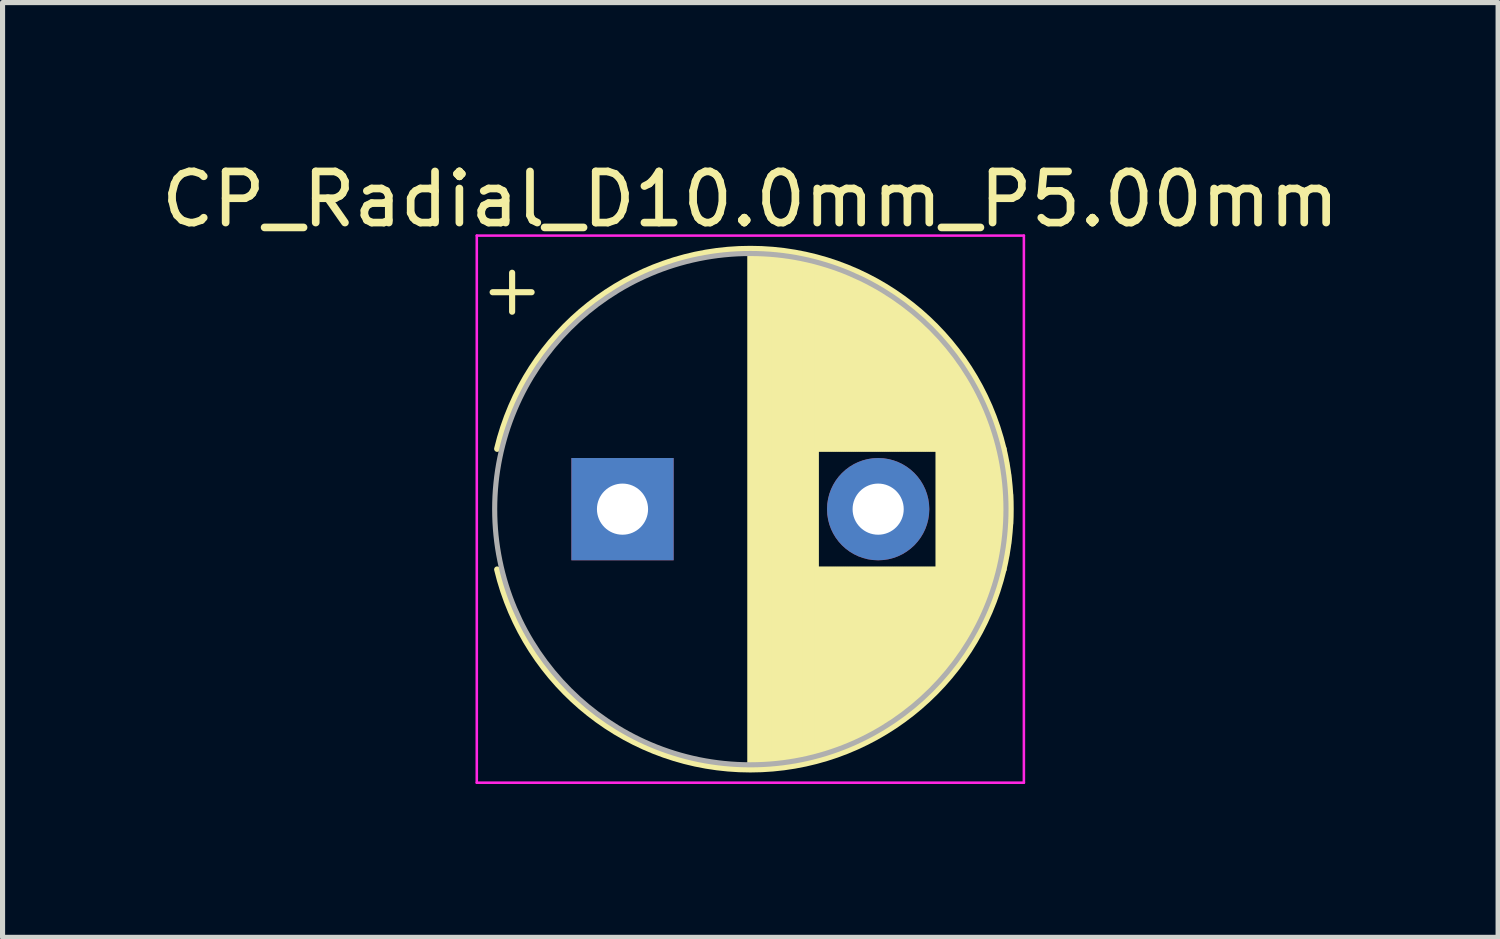
<source format=kicad_pcb>
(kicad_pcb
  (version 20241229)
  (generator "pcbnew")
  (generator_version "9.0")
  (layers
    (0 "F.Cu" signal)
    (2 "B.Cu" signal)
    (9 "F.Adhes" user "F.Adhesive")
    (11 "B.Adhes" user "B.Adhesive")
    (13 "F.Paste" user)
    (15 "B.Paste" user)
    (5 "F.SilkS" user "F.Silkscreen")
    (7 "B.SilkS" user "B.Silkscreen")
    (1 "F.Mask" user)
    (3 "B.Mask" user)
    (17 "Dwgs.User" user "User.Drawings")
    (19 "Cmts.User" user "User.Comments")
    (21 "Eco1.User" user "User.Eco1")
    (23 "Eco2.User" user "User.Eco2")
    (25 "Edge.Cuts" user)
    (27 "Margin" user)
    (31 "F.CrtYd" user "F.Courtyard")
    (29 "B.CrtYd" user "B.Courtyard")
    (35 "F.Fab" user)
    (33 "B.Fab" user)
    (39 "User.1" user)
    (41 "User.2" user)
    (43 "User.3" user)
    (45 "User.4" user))
  (footprint "CP_Radial_D10.0mm_P5.00mm"
    (layer "F.Cu")
    (at 9.125 6.908)
    (property "Reference" "CP_Radial_D10.0mm_P5.00mm" (at 2.5 -6.06 0) (layer "F.SilkS") (effects (font (size 1 1) (thickness 0.15))))
    (attr through_hole)
    (fp_line (start 2.5 -5.05) (end 2.5 5.05) (stroke (width 0.12) (type solid)) (layer "F.SilkS"))
    (fp_line (start 2.54 -5.05) (end 2.54 5.05) (stroke (width 0.12) (type solid)) (layer "F.SilkS"))
    (fp_line (start 2.58 -5.05) (end 2.58 5.05) (stroke (width 0.12) (type solid)) (layer "F.SilkS"))
    (fp_line (start 2.62 -5.049) (end 2.62 5.049) (stroke (width 0.12) (type solid)) (layer "F.SilkS"))
    (fp_line (start 2.66 -5.048) (end 2.66 5.048) (stroke (width 0.12) (type solid)) (layer "F.SilkS"))
    (fp_line (start 2.7 -5.047) (end 2.7 5.047) (stroke (width 0.12) (type solid)) (layer "F.SilkS"))
    (fp_line (start 2.74 -5.045) (end 2.74 5.045) (stroke (width 0.12) (type solid)) (layer "F.SilkS"))
    (fp_line (start 2.78 -5.043) (end 2.78 5.043) (stroke (width 0.12) (type solid)) (layer "F.SilkS"))
    (fp_line (start 2.82 -5.04) (end 2.82 5.04) (stroke (width 0.12) (type solid)) (layer "F.SilkS"))
    (fp_line (start 2.86 -5.038) (end 2.86 5.038) (stroke (width 0.12) (type solid)) (layer "F.SilkS"))
    (fp_line (start 2.9 -5.035) (end 2.9 5.035) (stroke (width 0.12) (type solid)) (layer "F.SilkS"))
    (fp_line (start 2.94 -5.031) (end 2.94 5.031) (stroke (width 0.12) (type solid)) (layer "F.SilkS"))
    (fp_line (start 2.98 -5.028) (end 2.98 5.028) (stroke (width 0.12) (type solid)) (layer "F.SilkS"))
    (fp_line (start 3.02 -5.024) (end 3.02 5.024) (stroke (width 0.12) (type solid)) (layer "F.SilkS"))
    (fp_line (start 3.06 -5.02) (end 3.06 5.02) (stroke (width 0.12) (type solid)) (layer "F.SilkS"))
    (fp_line (start 3.1 -5.015) (end 3.1 5.015) (stroke (width 0.12) (type solid)) (layer "F.SilkS"))
    (fp_line (start 3.14 -5.01) (end 3.14 5.01) (stroke (width 0.12) (type solid)) (layer "F.SilkS"))
    (fp_line (start 3.18 -5.005) (end 3.18 5.005) (stroke (width 0.12) (type solid)) (layer "F.SilkS"))
    (fp_line (start 3.221 -4.999) (end 3.221 4.999) (stroke (width 0.12) (type solid)) (layer "F.SilkS"))
    (fp_line (start 3.261 -4.993) (end 3.261 4.993) (stroke (width 0.12) (type solid)) (layer "F.SilkS"))
    (fp_line (start 3.301 -4.987) (end 3.301 4.987) (stroke (width 0.12) (type solid)) (layer "F.SilkS"))
    (fp_line (start 3.341 -4.981) (end 3.341 4.981) (stroke (width 0.12) (type solid)) (layer "F.SilkS"))
    (fp_line (start 3.381 -4.974) (end 3.381 4.974) (stroke (width 0.12) (type solid)) (layer "F.SilkS"))
    (fp_line (start 3.421 -4.967) (end 3.421 4.967) (stroke (width 0.12) (type solid)) (layer "F.SilkS"))
    (fp_line (start 3.461 -4.959) (end 3.461 4.959) (stroke (width 0.12) (type solid)) (layer "F.SilkS"))
    (fp_line (start 3.501 -4.951) (end 3.501 4.951) (stroke (width 0.12) (type solid)) (layer "F.SilkS"))
    (fp_line (start 3.541 -4.943) (end 3.541 4.943) (stroke (width 0.12) (type solid)) (layer "F.SilkS"))
    (fp_line (start 3.581 -4.935) (end 3.581 4.935) (stroke (width 0.12) (type solid)) (layer "F.SilkS"))
    (fp_line (start 3.621 -4.926) (end 3.621 4.926) (stroke (width 0.12) (type solid)) (layer "F.SilkS"))
    (fp_line (start 3.661 -4.917) (end 3.661 4.917) (stroke (width 0.12) (type solid)) (layer "F.SilkS"))
    (fp_line (start 3.701 -4.907) (end 3.701 4.907) (stroke (width 0.12) (type solid)) (layer "F.SilkS"))
    (fp_line (start 3.741 -4.897) (end 3.741 4.897) (stroke (width 0.12) (type solid)) (layer "F.SilkS"))
    (fp_line (start 3.781 -4.887) (end 3.781 4.887) (stroke (width 0.12) (type solid)) (layer "F.SilkS"))
    (fp_line (start 3.821 -4.876) (end 3.821 -1.181) (stroke (width 0.12) (type solid)) (layer "F.SilkS"))
    (fp_line (start 3.821 1.181) (end 3.821 4.876) (stroke (width 0.12) (type solid)) (layer "F.SilkS"))
    (fp_line (start 3.861 -4.865) (end 3.861 -1.181) (stroke (width 0.12) (type solid)) (layer "F.SilkS"))
    (fp_line (start 3.861 1.181) (end 3.861 4.865) (stroke (width 0.12) (type solid)) (layer "F.SilkS"))
    (fp_line (start 3.901 -4.854) (end 3.901 -1.181) (stroke (width 0.12) (type solid)) (layer "F.SilkS"))
    (fp_line (start 3.901 1.181) (end 3.901 4.854) (stroke (width 0.12) (type solid)) (layer "F.SilkS"))
    (fp_line (start 3.941 -4.843) (end 3.941 -1.181) (stroke (width 0.12) (type solid)) (layer "F.SilkS"))
    (fp_line (start 3.941 1.181) (end 3.941 4.843) (stroke (width 0.12) (type solid)) (layer "F.SilkS"))
    (fp_line (start 3.981 -4.831) (end 3.981 -1.181) (stroke (width 0.12) (type solid)) (layer "F.SilkS"))
    (fp_line (start 3.981 1.181) (end 3.981 4.831) (stroke (width 0.12) (type solid)) (layer "F.SilkS"))
    (fp_line (start 4.021 -4.818) (end 4.021 -1.181) (stroke (width 0.12) (type solid)) (layer "F.SilkS"))
    (fp_line (start 4.021 1.181) (end 4.021 4.818) (stroke (width 0.12) (type solid)) (layer "F.SilkS"))
    (fp_line (start 4.061 -4.806) (end 4.061 -1.181) (stroke (width 0.12) (type solid)) (layer "F.SilkS"))
    (fp_line (start 4.061 1.181) (end 4.061 4.806) (stroke (width 0.12) (type solid)) (layer "F.SilkS"))
    (fp_line (start 4.101 -4.792) (end 4.101 -1.181) (stroke (width 0.12) (type solid)) (layer "F.SilkS"))
    (fp_line (start 4.101 1.181) (end 4.101 4.792) (stroke (width 0.12) (type solid)) (layer "F.SilkS"))
    (fp_line (start 4.141 -4.779) (end 4.141 -1.181) (stroke (width 0.12) (type solid)) (layer "F.SilkS"))
    (fp_line (start 4.141 1.181) (end 4.141 4.779) (stroke (width 0.12) (type solid)) (layer "F.SilkS"))
    (fp_line (start 4.181 -4.765) (end 4.181 -1.181) (stroke (width 0.12) (type solid)) (layer "F.SilkS"))
    (fp_line (start 4.181 1.181) (end 4.181 4.765) (stroke (width 0.12) (type solid)) (layer "F.SilkS"))
    (fp_line (start 4.221 -4.751) (end 4.221 -1.181) (stroke (width 0.12) (type solid)) (layer "F.SilkS"))
    (fp_line (start 4.221 1.181) (end 4.221 4.751) (stroke (width 0.12) (type solid)) (layer "F.SilkS"))
    (fp_line (start 4.261 -4.737) (end 4.261 -1.181) (stroke (width 0.12) (type solid)) (layer "F.SilkS"))
    (fp_line (start 4.261 1.181) (end 4.261 4.737) (stroke (width 0.12) (type solid)) (layer "F.SilkS"))
    (fp_line (start 4.301 -4.722) (end 4.301 -1.181) (stroke (width 0.12) (type solid)) (layer "F.SilkS"))
    (fp_line (start 4.301 1.181) (end 4.301 4.722) (stroke (width 0.12) (type solid)) (layer "F.SilkS"))
    (fp_line (start 4.341 -4.706) (end 4.341 -1.181) (stroke (width 0.12) (type solid)) (layer "F.SilkS"))
    (fp_line (start 4.341 1.181) (end 4.341 4.706) (stroke (width 0.12) (type solid)) (layer "F.SilkS"))
    (fp_line (start 4.381 -4.691) (end 4.381 -1.181) (stroke (width 0.12) (type solid)) (layer "F.SilkS"))
    (fp_line (start 4.381 1.181) (end 4.381 4.691) (stroke (width 0.12) (type solid)) (layer "F.SilkS"))
    (fp_line (start 4.421 -4.674) (end 4.421 -1.181) (stroke (width 0.12) (type solid)) (layer "F.SilkS"))
    (fp_line (start 4.421 1.181) (end 4.421 4.674) (stroke (width 0.12) (type solid)) (layer "F.SilkS"))
    (fp_line (start 4.461 -4.658) (end 4.461 -1.181) (stroke (width 0.12) (type solid)) (layer "F.SilkS"))
    (fp_line (start 4.461 1.181) (end 4.461 4.658) (stroke (width 0.12) (type solid)) (layer "F.SilkS"))
    (fp_line (start 4.501 -4.641) (end 4.501 -1.181) (stroke (width 0.12) (type solid)) (layer "F.SilkS"))
    (fp_line (start 4.501 1.181) (end 4.501 4.641) (stroke (width 0.12) (type solid)) (layer "F.SilkS"))
    (fp_line (start 4.541 -4.624) (end 4.541 -1.181) (stroke (width 0.12) (type solid)) (layer "F.SilkS"))
    (fp_line (start 4.541 1.181) (end 4.541 4.624) (stroke (width 0.12) (type solid)) (layer "F.SilkS"))
    (fp_line (start 4.581 -4.606) (end 4.581 -1.181) (stroke (width 0.12) (type solid)) (layer "F.SilkS"))
    (fp_line (start 4.581 1.181) (end 4.581 4.606) (stroke (width 0.12) (type solid)) (layer "F.SilkS"))
    (fp_line (start 4.621 -4.588) (end 4.621 -1.181) (stroke (width 0.12) (type solid)) (layer "F.SilkS"))
    (fp_line (start 4.621 1.181) (end 4.621 4.588) (stroke (width 0.12) (type solid)) (layer "F.SilkS"))
    (fp_line (start 4.661 -4.569) (end 4.661 -1.181) (stroke (width 0.12) (type solid)) (layer "F.SilkS"))
    (fp_line (start 4.661 1.181) (end 4.661 4.569) (stroke (width 0.12) (type solid)) (layer "F.SilkS"))
    (fp_line (start 4.701 -4.55) (end 4.701 -1.181) (stroke (width 0.12) (type solid)) (layer "F.SilkS"))
    (fp_line (start 4.701 1.181) (end 4.701 4.55) (stroke (width 0.12) (type solid)) (layer "F.SilkS"))
    (fp_line (start 4.741 -4.531) (end 4.741 -1.181) (stroke (width 0.12) (type solid)) (layer "F.SilkS"))
    (fp_line (start 4.741 1.181) (end 4.741 4.531) (stroke (width 0.12) (type solid)) (layer "F.SilkS"))
    (fp_line (start 4.781 -4.511) (end 4.781 -1.181) (stroke (width 0.12) (type solid)) (layer "F.SilkS"))
    (fp_line (start 4.781 1.181) (end 4.781 4.511) (stroke (width 0.12) (type solid)) (layer "F.SilkS"))
    (fp_line (start 4.821 -4.491) (end 4.821 -1.181) (stroke (width 0.12) (type solid)) (layer "F.SilkS"))
    (fp_line (start 4.821 1.181) (end 4.821 4.491) (stroke (width 0.12) (type solid)) (layer "F.SilkS"))
    (fp_line (start 4.861 -4.47) (end 4.861 -1.181) (stroke (width 0.12) (type solid)) (layer "F.SilkS"))
    (fp_line (start 4.861 1.181) (end 4.861 4.47) (stroke (width 0.12) (type solid)) (layer "F.SilkS"))
    (fp_line (start 4.901 -4.449) (end 4.901 -1.181) (stroke (width 0.12) (type solid)) (layer "F.SilkS"))
    (fp_line (start 4.901 1.181) (end 4.901 4.449) (stroke (width 0.12) (type solid)) (layer "F.SilkS"))
    (fp_line (start 4.941 -4.428) (end 4.941 -1.181) (stroke (width 0.12) (type solid)) (layer "F.SilkS"))
    (fp_line (start 4.941 1.181) (end 4.941 4.428) (stroke (width 0.12) (type solid)) (layer "F.SilkS"))
    (fp_line (start 4.981 -4.405) (end 4.981 -1.181) (stroke (width 0.12) (type solid)) (layer "F.SilkS"))
    (fp_line (start 4.981 1.181) (end 4.981 4.405) (stroke (width 0.12) (type solid)) (layer "F.SilkS"))
    (fp_line (start 5.021 -4.383) (end 5.021 -1.181) (stroke (width 0.12) (type solid)) (layer "F.SilkS"))
    (fp_line (start 5.021 1.181) (end 5.021 4.383) (stroke (width 0.12) (type solid)) (layer "F.SilkS"))
    (fp_line (start 5.061 -4.36) (end 5.061 -1.181) (stroke (width 0.12) (type solid)) (layer "F.SilkS"))
    (fp_line (start 5.061 1.181) (end 5.061 4.36) (stroke (width 0.12) (type solid)) (layer "F.SilkS"))
    (fp_line (start 5.101 -4.336) (end 5.101 -1.181) (stroke (width 0.12) (type solid)) (layer "F.SilkS"))
    (fp_line (start 5.101 1.181) (end 5.101 4.336) (stroke (width 0.12) (type solid)) (layer "F.SilkS"))
    (fp_line (start 5.141 -4.312) (end 5.141 -1.181) (stroke (width 0.12) (type solid)) (layer "F.SilkS"))
    (fp_line (start 5.141 1.181) (end 5.141 4.312) (stroke (width 0.12) (type solid)) (layer "F.SilkS"))
    (fp_line (start 5.181 -4.288) (end 5.181 -1.181) (stroke (width 0.12) (type solid)) (layer "F.SilkS"))
    (fp_line (start 5.181 1.181) (end 5.181 4.288) (stroke (width 0.12) (type solid)) (layer "F.SilkS"))
    (fp_line (start 5.221 -4.263) (end 5.221 -1.181) (stroke (width 0.12) (type solid)) (layer "F.SilkS"))
    (fp_line (start 5.221 1.181) (end 5.221 4.263) (stroke (width 0.12) (type solid)) (layer "F.SilkS"))
    (fp_line (start 5.261 -4.237) (end 5.261 -1.181) (stroke (width 0.12) (type solid)) (layer "F.SilkS"))
    (fp_line (start 5.261 1.181) (end 5.261 4.237) (stroke (width 0.12) (type solid)) (layer "F.SilkS"))
    (fp_line (start 5.301 -4.211) (end 5.301 -1.181) (stroke (width 0.12) (type solid)) (layer "F.SilkS"))
    (fp_line (start 5.301 1.181) (end 5.301 4.211) (stroke (width 0.12) (type solid)) (layer "F.SilkS"))
    (fp_line (start 5.341 -4.185) (end 5.341 -1.181) (stroke (width 0.12) (type solid)) (layer "F.SilkS"))
    (fp_line (start 5.341 1.181) (end 5.341 4.185) (stroke (width 0.12) (type solid)) (layer "F.SilkS"))
    (fp_line (start 5.381 -4.157) (end 5.381 -1.181) (stroke (width 0.12) (type solid)) (layer "F.SilkS"))
    (fp_line (start 5.381 1.181) (end 5.381 4.157) (stroke (width 0.12) (type solid)) (layer "F.SilkS"))
    (fp_line (start 5.421 -4.13) (end 5.421 -1.181) (stroke (width 0.12) (type solid)) (layer "F.SilkS"))
    (fp_line (start 5.421 1.181) (end 5.421 4.13) (stroke (width 0.12) (type solid)) (layer "F.SilkS"))
    (fp_line (start 5.461 -4.101) (end 5.461 -1.181) (stroke (width 0.12) (type solid)) (layer "F.SilkS"))
    (fp_line (start 5.461 1.181) (end 5.461 4.101) (stroke (width 0.12) (type solid)) (layer "F.SilkS"))
    (fp_line (start 5.501 -4.072) (end 5.501 -1.181) (stroke (width 0.12) (type solid)) (layer "F.SilkS"))
    (fp_line (start 5.501 1.181) (end 5.501 4.072) (stroke (width 0.12) (type solid)) (layer "F.SilkS"))
    (fp_line (start 5.541 -4.043) (end 5.541 -1.181) (stroke (width 0.12) (type solid)) (layer "F.SilkS"))
    (fp_line (start 5.541 1.181) (end 5.541 4.043) (stroke (width 0.12) (type solid)) (layer "F.SilkS"))
    (fp_line (start 5.581 -4.013) (end 5.581 -1.181) (stroke (width 0.12) (type solid)) (layer "F.SilkS"))
    (fp_line (start 5.581 1.181) (end 5.581 4.013) (stroke (width 0.12) (type solid)) (layer "F.SilkS"))
    (fp_line (start 5.621 -3.982) (end 5.621 -1.181) (stroke (width 0.12) (type solid)) (layer "F.SilkS"))
    (fp_line (start 5.621 1.181) (end 5.621 3.982) (stroke (width 0.12) (type solid)) (layer "F.SilkS"))
    (fp_line (start 5.661 -3.951) (end 5.661 -1.181) (stroke (width 0.12) (type solid)) (layer "F.SilkS"))
    (fp_line (start 5.661 1.181) (end 5.661 3.951) (stroke (width 0.12) (type solid)) (layer "F.SilkS"))
    (fp_line (start 5.701 -3.919) (end 5.701 -1.181) (stroke (width 0.12) (type solid)) (layer "F.SilkS"))
    (fp_line (start 5.701 1.181) (end 5.701 3.919) (stroke (width 0.12) (type solid)) (layer "F.SilkS"))
    (fp_line (start 5.741 -3.886) (end 5.741 -1.181) (stroke (width 0.12) (type solid)) (layer "F.SilkS"))
    (fp_line (start 5.741 1.181) (end 5.741 3.886) (stroke (width 0.12) (type solid)) (layer "F.SilkS"))
    (fp_line (start 5.781 -3.853) (end 5.781 -1.181) (stroke (width 0.12) (type solid)) (layer "F.SilkS"))
    (fp_line (start 5.781 1.181) (end 5.781 3.853) (stroke (width 0.12) (type solid)) (layer "F.SilkS"))
    (fp_line (start 5.821 -3.819) (end 5.821 -1.181) (stroke (width 0.12) (type solid)) (layer "F.SilkS"))
    (fp_line (start 5.821 1.181) (end 5.821 3.819) (stroke (width 0.12) (type solid)) (layer "F.SilkS"))
    (fp_line (start 5.861 -3.784) (end 5.861 -1.181) (stroke (width 0.12) (type solid)) (layer "F.SilkS"))
    (fp_line (start 5.861 1.181) (end 5.861 3.784) (stroke (width 0.12) (type solid)) (layer "F.SilkS"))
    (fp_line (start 5.901 -3.748) (end 5.901 -1.181) (stroke (width 0.12) (type solid)) (layer "F.SilkS"))
    (fp_line (start 5.901 1.181) (end 5.901 3.748) (stroke (width 0.12) (type solid)) (layer "F.SilkS"))
    (fp_line (start 5.941 -3.712) (end 5.941 -1.181) (stroke (width 0.12) (type solid)) (layer "F.SilkS"))
    (fp_line (start 5.941 1.181) (end 5.941 3.712) (stroke (width 0.12) (type solid)) (layer "F.SilkS"))
    (fp_line (start 5.981 -3.675) (end 5.981 -1.181) (stroke (width 0.12) (type solid)) (layer "F.SilkS"))
    (fp_line (start 5.981 1.181) (end 5.981 3.675) (stroke (width 0.12) (type solid)) (layer "F.SilkS"))
    (fp_line (start 6.021 -3.637) (end 6.021 -1.181) (stroke (width 0.12) (type solid)) (layer "F.SilkS"))
    (fp_line (start 6.021 1.181) (end 6.021 3.637) (stroke (width 0.12) (type solid)) (layer "F.SilkS"))
    (fp_line (start 6.061 -3.598) (end 6.061 -1.181) (stroke (width 0.12) (type solid)) (layer "F.SilkS"))
    (fp_line (start 6.061 1.181) (end 6.061 3.598) (stroke (width 0.12) (type solid)) (layer "F.SilkS"))
    (fp_line (start 6.101 -3.559) (end 6.101 -1.181) (stroke (width 0.12) (type solid)) (layer "F.SilkS"))
    (fp_line (start 6.101 1.181) (end 6.101 3.559) (stroke (width 0.12) (type solid)) (layer "F.SilkS"))
    (fp_line (start 6.141 -3.518) (end 6.141 -1.181) (stroke (width 0.12) (type solid)) (layer "F.SilkS"))
    (fp_line (start 6.141 1.181) (end 6.141 3.518) (stroke (width 0.12) (type solid)) (layer "F.SilkS"))
    (fp_line (start 6.181 -3.477) (end 6.181 3.477) (stroke (width 0.12) (type solid)) (layer "F.SilkS"))
    (fp_line (start 6.221 -3.435) (end 6.221 3.435) (stroke (width 0.12) (type solid)) (layer "F.SilkS"))
    (fp_line (start 6.261 -3.391) (end 6.261 3.391) (stroke (width 0.12) (type solid)) (layer "F.SilkS"))
    (fp_line (start 6.301 -3.347) (end 6.301 3.347) (stroke (width 0.12) (type solid)) (layer "F.SilkS"))
    (fp_line (start 6.341 -3.302) (end 6.341 3.302) (stroke (width 0.12) (type solid)) (layer "F.SilkS"))
    (fp_line (start 6.381 -3.255) (end 6.381 3.255) (stroke (width 0.12) (type solid)) (layer "F.SilkS"))
    (fp_line (start 6.421 -3.207) (end 6.421 3.207) (stroke (width 0.12) (type solid)) (layer "F.SilkS"))
    (fp_line (start 6.461 -3.158) (end 6.461 3.158) (stroke (width 0.12) (type solid)) (layer "F.SilkS"))
    (fp_line (start 6.501 -3.108) (end 6.501 3.108) (stroke (width 0.12) (type solid)) (layer "F.SilkS"))
    (fp_line (start 6.541 -3.057) (end 6.541 3.057) (stroke (width 0.12) (type solid)) (layer "F.SilkS"))
    (fp_line (start 6.581 -3.004) (end 6.581 3.004) (stroke (width 0.12) (type solid)) (layer "F.SilkS"))
    (fp_line (start 6.621 -2.949) (end 6.621 2.949) (stroke (width 0.12) (type solid)) (layer "F.SilkS"))
    (fp_line (start 6.661 -2.894) (end 6.661 2.894) (stroke (width 0.12) (type solid)) (layer "F.SilkS"))
    (fp_line (start 6.701 -2.836) (end 6.701 2.836) (stroke (width 0.12) (type solid)) (layer "F.SilkS"))
    (fp_line (start 6.741 -2.777) (end 6.741 2.777) (stroke (width 0.12) (type solid)) (layer "F.SilkS"))
    (fp_line (start 6.781 -2.715) (end 6.781 2.715) (stroke (width 0.12) (type solid)) (layer "F.SilkS"))
    (fp_line (start 6.821 -2.652) (end 6.821 2.652) (stroke (width 0.12) (type solid)) (layer "F.SilkS"))
    (fp_line (start 6.861 -2.587) (end 6.861 2.587) (stroke (width 0.12) (type solid)) (layer "F.SilkS"))
    (fp_line (start 6.901 -2.519) (end 6.901 2.519) (stroke (width 0.12) (type solid)) (layer "F.SilkS"))
    (fp_line (start 6.941 -2.449) (end 6.941 2.449) (stroke (width 0.12) (type solid)) (layer "F.SilkS"))
    (fp_line (start 6.981 -2.377) (end 6.981 2.377) (stroke (width 0.12) (type solid)) (layer "F.SilkS"))
    (fp_line (start 7.021 -2.301) (end 7.021 2.301) (stroke (width 0.12) (type solid)) (layer "F.SilkS"))
    (fp_line (start 7.061 -2.222) (end 7.061 2.222) (stroke (width 0.12) (type solid)) (layer "F.SilkS"))
    (fp_line (start 7.101 -2.14) (end 7.101 2.14) (stroke (width 0.12) (type solid)) (layer "F.SilkS"))
    (fp_line (start 7.141 -2.053) (end 7.141 2.053) (stroke (width 0.12) (type solid)) (layer "F.SilkS"))
    (fp_line (start 7.181 -1.962) (end 7.181 1.962) (stroke (width 0.12) (type solid)) (layer "F.SilkS"))
    (fp_line (start 7.221 -1.866) (end 7.221 1.866) (stroke (width 0.12) (type solid)) (layer "F.SilkS"))
    (fp_line (start 7.261 -1.763) (end 7.261 1.763) (stroke (width 0.12) (type solid)) (layer "F.SilkS"))
    (fp_line (start 7.301 -1.654) (end 7.301 1.654) (stroke (width 0.12) (type solid)) (layer "F.SilkS"))
    (fp_line (start 7.341 -1.536) (end 7.341 1.536) (stroke (width 0.12) (type solid)) (layer "F.SilkS"))
    (fp_line (start 7.381 -1.407) (end 7.381 1.407) (stroke (width 0.12) (type solid)) (layer "F.SilkS"))
    (fp_line (start 7.421 -1.265) (end 7.421 1.265) (stroke (width 0.12) (type solid)) (layer "F.SilkS"))
    (fp_line (start 7.461 -1.104) (end 7.461 1.104) (stroke (width 0.12) (type solid)) (layer "F.SilkS"))
    (fp_line (start 7.501 -0.913) (end 7.501 0.913) (stroke (width 0.12) (type solid)) (layer "F.SilkS"))
    (fp_line (start 7.541 -0.672) (end 7.541 0.672) (stroke (width 0.12) (type solid)) (layer "F.SilkS"))
    (fp_line (start 7.581 -0.279) (end 7.581 0.279) (stroke (width 0.12) (type solid)) (layer "F.SilkS"))
    (fp_arc (start -2.451333 -1.18) (mid 2.500414 -5.09) (end 7.451525 -1.179194) (stroke (width 0.12) (type solid)) (layer "F.SilkS"))
    (fp_arc (start 7.451333 -1.18) (mid 7.59 -0.000414) (end 7.451525 1.179194) (stroke (width 0.12) (type solid)) (layer "F.SilkS"))
    (fp_arc (start 7.451525 1.179194) (mid 2.500414 5.09) (end -2.451333 1.18) (stroke (width 0.12) (type solid)) (layer "F.SilkS"))
    (fp_line (start -2.85 -5.35) (end -2.85 5.35) (stroke (width 0.05) (type solid)) (layer "F.CrtYd"))
    (fp_line (start -2.85 5.35) (end 7.85 5.35) (stroke (width 0.05) (type solid)) (layer "F.CrtYd"))
    (fp_line (start 7.85 -5.35) (end -2.85 -5.35) (stroke (width 0.05) (type solid)) (layer "F.CrtYd"))
    (fp_line (start 7.85 5.35) (end 7.85 -5.35) (stroke (width 0.05) (type solid)) (layer "F.CrtYd"))
    (fp_circle (center 2.5 0) (end 7.5 0) (stroke (width 0.1) (type solid)) (fill no) (layer "F.Fab"))
    (fp_text user "+" (at -2.159 -4.318 0) (layer "F.SilkS") (effects (font (size 1 1) (thickness 0.12))))
    (pad "1" thru_hole rect (at 0 0) (size 2 2) (drill 1) (layers "*.Cu" "*.Mask"))
    (pad "2" thru_hole circle (at 5 0) (size 2 2) (drill 1) (layers "*.Cu" "*.Mask")))
  (gr_rect
    (start -3 -3)
    (end 26.25 15.283)
    (stroke (width 0.1) (type default))
    (fill no)
    (layer "Edge.Cuts")))
</source>
